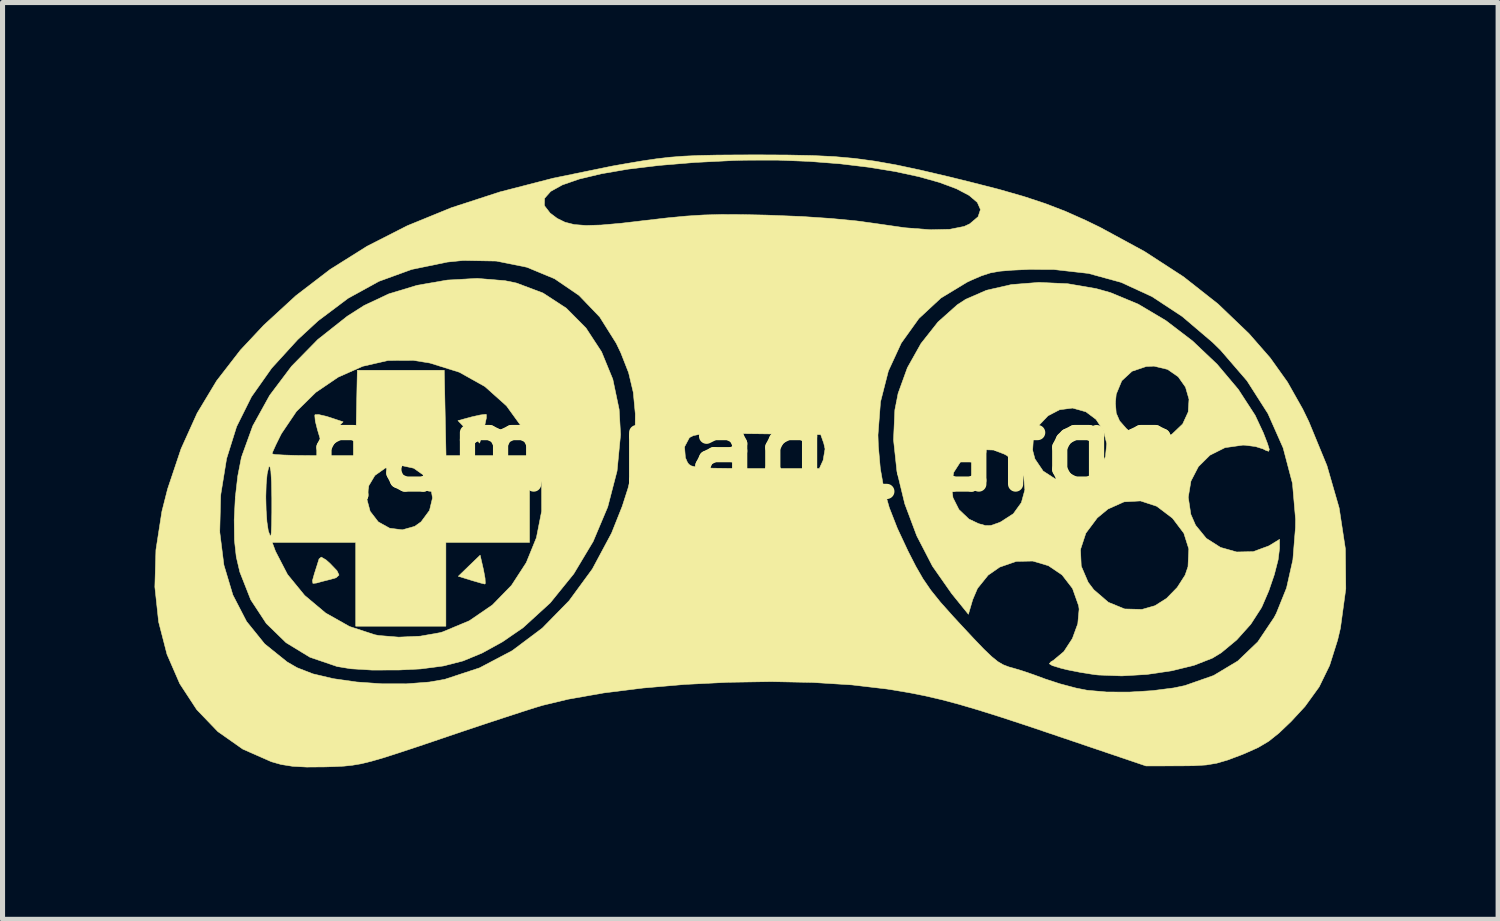
<source format=kicad_pcb>
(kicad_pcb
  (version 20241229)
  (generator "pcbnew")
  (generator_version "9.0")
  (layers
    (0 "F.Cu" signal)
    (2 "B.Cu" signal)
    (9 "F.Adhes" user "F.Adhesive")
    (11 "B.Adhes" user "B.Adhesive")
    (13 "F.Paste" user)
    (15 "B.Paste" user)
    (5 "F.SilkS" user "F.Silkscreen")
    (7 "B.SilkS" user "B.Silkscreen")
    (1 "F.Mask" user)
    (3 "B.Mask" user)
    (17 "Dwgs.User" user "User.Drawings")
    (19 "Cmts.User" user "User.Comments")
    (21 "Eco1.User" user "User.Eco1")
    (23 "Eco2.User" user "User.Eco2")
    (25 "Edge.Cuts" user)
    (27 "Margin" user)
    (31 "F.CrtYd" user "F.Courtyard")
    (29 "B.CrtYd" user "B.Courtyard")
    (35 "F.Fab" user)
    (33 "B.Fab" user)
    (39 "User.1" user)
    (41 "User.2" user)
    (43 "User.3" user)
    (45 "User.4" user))
  (footprint "gamepad_large"
    (layer "F.Cu")
    (at 11.651 5.81)
    (property "Reference" "gamepad_large" (at 0 0 0) (layer "F.SilkS") (effects (font (size 1.524 1.524) (thickness 0.3))))
    (attr through_hole)
    (fp_poly (pts (xy -8.263 -0.647) (xy -8.193 -0.625) (xy -7.932 -0.538) (xy -8.146 -0.33) (xy -8.361 -0.123) (xy -8.439 -0.385) (xy -8.481 -0.552) (xy -8.491 -0.662) (xy -8.486 -0.68) (xy -8.411 -0.681) (xy -8.263 -0.647)) (stroke (width 0.01) (type solid)) (fill yes) (layer "F.SilkS"))
    (fp_poly (pts (xy -5.163 2.38) (xy -5.132 2.547) (xy -5.127 2.648) (xy -5.136 2.662) (xy -5.217 2.642) (xy -5.369 2.598) (xy -5.418 2.583) (xy -5.66 2.508) (xy -5.445 2.3) (xy -5.229 2.092) (xy -5.163 2.38)) (stroke (width 0.01) (type solid)) (fill yes) (layer "F.SilkS"))
    (fp_poly (pts (xy -5.106 -0.682) (xy -5.107 -0.612) (xy -5.139 -0.464) (xy -5.16 -0.388) (xy -5.239 -0.119) (xy -5.453 -0.341) (xy -5.667 -0.562) (xy -5.399 -0.635) (xy -5.231 -0.673) (xy -5.123 -0.686) (xy -5.106 -0.682)) (stroke (width 0.01) (type solid)) (fill yes) (layer "F.SilkS"))
    (fp_poly (pts (xy -8.269 2.185) (xy -8.19 2.256) (xy -8.053 2.399) (xy -8.013 2.484) (xy -8.071 2.537) (xy -8.176 2.568) (xy -8.347 2.611) (xy -8.459 2.642) (xy -8.528 2.649) (xy -8.537 2.593) (xy -8.501 2.464) (xy -8.447 2.294) (xy -8.408 2.169) (xy -8.406 2.165) (xy -8.363 2.13) (xy -8.269 2.185)) (stroke (width 0.01) (type solid)) (fill yes) (layer "F.SilkS"))
    (fp_poly (pts (xy -4.739 -3.323) (xy -4.511 -3.276) (xy -3.988 -3.079) (xy -3.529 -2.78) (xy -3.141 -2.389) (xy -2.833 -1.918) (xy -2.612 -1.379) (xy -2.487 -0.783) (xy -2.459 -0.286) (xy -2.528 0.431) (xy -2.712 1.14) (xy -3 1.823) (xy -3.382 2.46) (xy -3.846 3.033) (xy -4.383 3.523) (xy -4.789 3.802) (xy -5.189 4.022) (xy -5.565 4.178) (xy -5.956 4.278) (xy -6.401 4.336) (xy -6.826 4.357) (xy -7.359 4.359) (xy -7.779 4.333) (xy -8.049 4.289) (xy -8.588 4.105) (xy -9.057 3.819) (xy -9.448 3.439) (xy -9.755 2.971) (xy -9.97 2.424) (xy -10.04 2.125) (xy -10.076 1.797) (xy -10.081 1.392) (xy -10.059 0.955) (xy -10.058 0.945) (xy -9.457 0.945) (xy -9.451 1.201) (xy -9.435 1.434) (xy -9.408 1.614) (xy -9.373 1.707) (xy -9.359 1.714) (xy -9.35 1.655) (xy -9.343 1.494) (xy -9.339 1.255) (xy -9.339 0.986) (xy -7.464 0.986) (xy -7.399 1.227) (xy -7.238 1.436) (xy -7.014 1.56) (xy -6.763 1.592) (xy -6.519 1.523) (xy -6.394 1.434) (xy -6.228 1.209) (xy -6.169 0.964) (xy -6.208 0.726) (xy -6.335 0.521) (xy -6.538 0.377) (xy -6.808 0.318) (xy -6.827 0.318) (xy -7.097 0.372) (xy -7.305 0.519) (xy -7.432 0.732) (xy -7.464 0.986) (xy -9.339 0.986) (xy -9.339 0.968) (xy -9.345 0.646) (xy -9.358 0.434) (xy -9.378 0.338) (xy -9.398 0.349) (xy -9.431 0.488) (xy -9.45 0.697) (xy -9.457 0.945) (xy -10.058 0.945) (xy -10.011 0.533) (xy -9.94 0.17) (xy -9.937 0.159) (xy -9.914 0.093) (xy -9.335 0.093) (xy -9.275 0.106) (xy -9.112 0.116) (xy -8.869 0.124) (xy -8.57 0.127) (xy -8.511 0.127) (xy -7.687 0.127) (xy -7.669 -0.714) (xy -7.652 -1.556) (xy -5.937 -1.556) (xy -5.902 0.127) (xy -4.255 0.127) (xy -4.255 1.841) (xy -5.905 1.841) (xy -5.905 3.493) (xy -7.684 3.493) (xy -7.684 1.841) (xy -9.331 1.841) (xy -9.266 2.016) (xy -9.029 2.473) (xy -8.691 2.886) (xy -8.276 3.234) (xy -7.806 3.499) (xy -7.306 3.662) (xy -7.227 3.677) (xy -6.836 3.709) (xy -6.412 3.69) (xy -6.026 3.622) (xy -5.969 3.606) (xy -5.442 3.386) (xy -4.987 3.074) (xy -4.61 2.687) (xy -4.319 2.239) (xy -4.119 1.747) (xy -4.016 1.225) (xy -4.017 0.689) (xy -4.128 0.156) (xy -4.356 -0.361) (xy -4.362 -0.373) (xy -4.709 -0.853) (xy -5.136 -1.235) (xy -5.64 -1.517) (xy -6.219 -1.698) (xy -6.546 -1.751) (xy -7.044 -1.749) (xy -7.546 -1.634) (xy -8.029 -1.42) (xy -8.472 -1.119) (xy -8.853 -0.744) (xy -9.149 -0.306) (xy -9.169 -0.267) (xy -9.259 -0.085) (xy -9.319 0.048) (xy -9.335 0.093) (xy -9.914 0.093) (xy -9.715 -0.457) (xy -9.381 -1.061) (xy -8.949 -1.635) (xy -8.433 -2.161) (xy -7.85 -2.622) (xy -7.517 -2.834) (xy -7.03 -3.063) (xy -6.471 -3.232) (xy -5.878 -3.335) (xy -5.288 -3.368) (xy -4.739 -3.323)) (stroke (width 0.01) (type solid)) (fill yes) (layer "F.SilkS"))
    (fp_poly (pts (xy 6.362 -3.263) (xy 6.926 -3.166) (xy 7.207 -3.087) (xy 7.753 -2.86) (xy 8.3 -2.535) (xy 8.826 -2.133) (xy 9.31 -1.674) (xy 9.728 -1.178) (xy 10.059 -0.668) (xy 10.222 -0.32) (xy 10.304 -0.108) (xy 10.339 0.006) (xy 10.326 0.043) (xy 10.265 0.022) (xy 10.217 -0.004) (xy 10.067 -0.051) (xy 9.865 -0.077) (xy 9.818 -0.079) (xy 9.465 -0.029) (xy 9.168 0.12) (xy 8.94 0.346) (xy 8.793 0.63) (xy 8.74 0.95) (xy 8.791 1.287) (xy 8.885 1.502) (xy 9.096 1.76) (xy 9.377 1.939) (xy 9.696 2.029) (xy 10.023 2.022) (xy 10.327 1.91) (xy 10.335 1.906) (xy 10.541 1.78) (xy 10.541 1.958) (xy 10.513 2.183) (xy 10.438 2.476) (xy 10.329 2.795) (xy 10.199 3.097) (xy 10.181 3.133) (xy 9.974 3.454) (xy 9.697 3.763) (xy 9.391 4.017) (xy 9.215 4.124) (xy 8.857 4.264) (xy 8.414 4.373) (xy 7.924 4.445) (xy 7.428 4.474) (xy 6.964 4.456) (xy 6.89 4.448) (xy 6.622 4.406) (xy 6.354 4.353) (xy 6.225 4.321) (xy 6.059 4.271) (xy 5.999 4.234) (xy 6.031 4.195) (xy 6.077 4.169) (xy 6.286 3.994) (xy 6.454 3.737) (xy 6.561 3.444) (xy 6.587 3.157) (xy 6.578 3.091) (xy 6.457 2.749) (xy 6.251 2.482) (xy 5.982 2.3) (xy 5.673 2.208) (xy 5.345 2.215) (xy 5.02 2.328) (xy 4.793 2.486) (xy 4.582 2.748) (xy 4.488 2.969) (xy 4.403 3.258) (xy 4.074 2.852) (xy 3.694 2.309) (xy 3.524 1.98) (xy 6.614 1.98) (xy 6.629 2.308) (xy 6.765 2.626) (xy 6.876 2.773) (xy 7.165 3.022) (xy 7.486 3.153) (xy 7.827 3.162) (xy 8.083 3.089) (xy 8.311 2.945) (xy 8.522 2.729) (xy 8.678 2.486) (xy 8.735 2.319) (xy 8.751 1.969) (xy 8.653 1.659) (xy 8.435 1.37) (xy 8.422 1.357) (xy 8.118 1.127) (xy 7.799 1.022) (xy 7.474 1.04) (xy 7.158 1.181) (xy 6.945 1.357) (xy 6.72 1.658) (xy 6.614 1.98) (xy 3.524 1.98) (xy 3.384 1.71) (xy 3.148 1.08) (xy 3.057 0.704) (xy 4.064 0.704) (xy 4.099 0.959) (xy 4.217 1.193) (xy 4.414 1.38) (xy 4.604 1.47) (xy 4.741 1.508) (xy 4.847 1.506) (xy 4.986 1.458) (xy 5.04 1.436) (xy 5.289 1.275) (xy 5.448 1.055) (xy 5.517 0.803) (xy 5.494 0.547) (xy 5.377 0.312) (xy 5.165 0.128) (xy 5.105 0.096) (xy 4.914 0.023) (xy 5.67 0.023) (xy 5.716 0.194) (xy 5.877 0.432) (xy 6.111 0.584) (xy 6.388 0.64) (xy 6.681 0.59) (xy 6.784 0.545) (xy 6.99 0.376) (xy 7.106 0.149) (xy 7.132 -0.107) (xy 7.069 -0.361) (xy 6.921 -0.586) (xy 6.721 -0.736) (xy 6.458 -0.81) (xy 6.202 -0.777) (xy 5.974 -0.658) (xy 5.796 -0.471) (xy 5.687 -0.238) (xy 5.67 0.023) (xy 4.914 0.023) (xy 4.9 0.018) (xy 4.723 0.012) (xy 4.512 0.076) (xy 4.479 0.09) (xy 4.252 0.243) (xy 4.114 0.457) (xy 4.064 0.704) (xy 3.057 0.704) (xy 2.993 0.441) (xy 2.926 -0.185) (xy 2.952 -0.773) (xy 2.98 -0.913) (xy 7.303 -0.913) (xy 7.319 -0.71) (xy 7.385 -0.558) (xy 7.518 -0.406) (xy 7.685 -0.264) (xy 7.844 -0.202) (xy 7.997 -0.191) (xy 8.208 -0.216) (xy 8.392 -0.28) (xy 8.419 -0.295) (xy 8.63 -0.496) (xy 8.739 -0.733) (xy 8.755 -0.983) (xy 8.686 -1.223) (xy 8.542 -1.427) (xy 8.332 -1.573) (xy 8.065 -1.637) (xy 7.911 -1.63) (xy 7.631 -1.536) (xy 7.429 -1.349) (xy 7.319 -1.084) (xy 7.303 -0.913) (xy 2.98 -0.913) (xy 3.016 -1.099) (xy 3.199 -1.605) (xy 3.468 -2.084) (xy 3.803 -2.508) (xy 4.183 -2.847) (xy 4.35 -2.956) (xy 4.76 -3.134) (xy 5.251 -3.246) (xy 5.794 -3.289) (xy 6.362 -3.263)) (stroke (width 0.01) (type solid)) (fill yes) (layer "F.SilkS"))
    (fp_poly (pts (xy 0.831 -5.802) (xy 1.323 -5.792) (xy 1.757 -5.771) (xy 2.16 -5.735) (xy 2.559 -5.681) (xy 2.982 -5.606) (xy 3.455 -5.505) (xy 4.006 -5.376) (xy 4.413 -5.276) (xy 5.001 -5.126) (xy 5.493 -4.985) (xy 5.923 -4.843) (xy 6.32 -4.69) (xy 6.715 -4.514) (xy 7.001 -4.375) (xy 7.876 -3.9) (xy 8.645 -3.401) (xy 9.326 -2.865) (xy 9.938 -2.279) (xy 10.356 -1.801) (xy 10.698 -1.322) (xy 10.999 -0.789) (xy 11.118 -0.544) (xy 11.476 0.326) (xy 11.717 1.161) (xy 11.84 1.968) (xy 11.848 2.755) (xy 11.742 3.532) (xy 11.687 3.765) (xy 11.529 4.267) (xy 11.323 4.69) (xy 11.042 5.078) (xy 10.77 5.372) (xy 10.53 5.601) (xy 10.327 5.763) (xy 10.118 5.887) (xy 9.856 6.004) (xy 9.779 6.035) (xy 9.515 6.134) (xy 9.302 6.196) (xy 9.093 6.231) (xy 8.842 6.246) (xy 8.572 6.249) (xy 7.906 6.25) (xy 6.191 5.669) (xy 5.564 5.457) (xy 5.037 5.284) (xy 4.591 5.144) (xy 4.207 5.031) (xy 3.866 4.941) (xy 3.549 4.867) (xy 3.236 4.805) (xy 2.909 4.75) (xy 2.794 4.732) (xy 2.103 4.651) (xy 1.334 4.603) (xy 0.51 4.586) (xy -0.34 4.6) (xy -1.191 4.642) (xy -2.017 4.713) (xy -2.792 4.81) (xy -3.49 4.933) (xy -3.99 5.053) (xy -4.148 5.1) (xy -4.405 5.182) (xy -4.742 5.292) (xy -5.137 5.422) (xy -5.571 5.567) (xy -5.969 5.702) (xy -6.454 5.866) (xy -6.838 5.993) (xy -7.14 6.09) (xy -7.38 6.159) (xy -7.576 6.207) (xy -7.749 6.236) (xy -7.917 6.254) (xy -8.1 6.263) (xy -8.287 6.269) (xy -8.652 6.272) (xy -8.929 6.257) (xy -9.156 6.221) (xy -9.347 6.167) (xy -9.912 5.918) (xy -10.404 5.572) (xy -10.82 5.139) (xy -11.155 4.627) (xy -11.407 4.047) (xy -11.572 3.407) (xy -11.646 2.718) (xy -11.625 1.989) (xy -11.57 1.633) (xy -10.366 1.633) (xy -10.284 2.287) (xy -10.107 2.878) (xy -9.837 3.4) (xy -9.479 3.843) (xy -9.037 4.198) (xy -8.84 4.312) (xy -8.529 4.433) (xy -8.126 4.528) (xy -7.663 4.594) (xy -7.171 4.629) (xy -6.684 4.63) (xy -6.233 4.595) (xy -5.929 4.542) (xy -5.24 4.315) (xy -4.595 3.975) (xy -4.003 3.531) (xy -3.474 2.991) (xy -3.015 2.364) (xy -2.637 1.658) (xy -2.426 1.128) (xy -2.312 0.773) (xy -2.239 0.474) (xy -2.196 0.172) (xy -2.182 -0.045) (xy -1.197 -0.045) (xy -1.18 0.168) (xy -1.141 0.258) (xy -1.111 0.3) (xy -1.062 0.331) (xy -0.975 0.353) (xy -0.835 0.368) (xy -0.623 0.376) (xy -0.322 0.38) (xy 0.084 0.381) (xy 0.194 0.381) (xy 1.463 0.381) (xy 1.537 0.22) (xy 1.575 -0.003) (xy 1.55 -0.114) (xy 1.492 -0.279) (xy 2.619 -0.279) (xy 2.626 -0.064) (xy 2.665 0.381) (xy 2.734 0.774) (xy 2.842 1.154) (xy 3.001 1.561) (xy 3.211 2.01) (xy 3.365 2.311) (xy 3.507 2.558) (xy 3.661 2.783) (xy 3.85 3.018) (xy 4.097 3.295) (xy 4.229 3.438) (xy 4.502 3.731) (xy 4.707 3.945) (xy 4.862 4.093) (xy 4.984 4.192) (xy 5.09 4.254) (xy 5.199 4.296) (xy 5.297 4.323) (xy 5.457 4.371) (xy 5.684 4.448) (xy 5.92 4.535) (xy 6.211 4.63) (xy 6.527 4.714) (xy 6.746 4.757) (xy 7.125 4.791) (xy 7.571 4.793) (xy 8.031 4.765) (xy 8.453 4.711) (xy 8.672 4.665) (xy 9.24 4.466) (xy 9.717 4.18) (xy 10.112 3.802) (xy 10.432 3.325) (xy 10.478 3.238) (xy 10.679 2.739) (xy 10.804 2.183) (xy 10.855 1.547) (xy 10.857 1.384) (xy 10.796 0.675) (xy 10.612 -0.024) (xy 10.312 -0.701) (xy 9.899 -1.348) (xy 9.378 -1.952) (xy 9.222 -2.105) (xy 8.622 -2.616) (xy 8.025 -3.009) (xy 7.414 -3.29) (xy 6.772 -3.466) (xy 6.081 -3.544) (xy 5.595 -3.545) (xy 5.265 -3.53) (xy 5.024 -3.51) (xy 4.835 -3.476) (xy 4.661 -3.419) (xy 4.463 -3.334) (xy 4.374 -3.292) (xy 3.86 -2.98) (xy 3.426 -2.577) (xy 3.079 -2.093) (xy 2.824 -1.541) (xy 2.669 -0.933) (xy 2.619 -0.279) (xy 1.492 -0.279) (xy 1.489 -0.286) (xy 0.243 -0.303) (xy -0.195 -0.308) (xy -0.523 -0.308) (xy -0.758 -0.301) (xy -0.919 -0.288) (xy -1.022 -0.267) (xy -1.085 -0.236) (xy -1.105 -0.219) (xy -1.197 -0.045) (xy -2.182 -0.045) (xy -2.173 -0.19) (xy -2.173 -0.192) (xy -2.168 -0.695) (xy -2.208 -1.119) (xy -2.3 -1.507) (xy -2.454 -1.9) (xy -2.544 -2.088) (xy -2.87 -2.607) (xy -3.278 -3.032) (xy -3.76 -3.361) (xy -4.307 -3.588) (xy -4.91 -3.71) (xy -5.562 -3.722) (xy -5.877 -3.69) (xy -6.579 -3.545) (xy -7.226 -3.31) (xy -7.835 -2.975) (xy -8.427 -2.53) (xy -8.829 -2.159) (xy -9.342 -1.597) (xy -9.74 -1.033) (xy -10.033 -0.445) (xy -10.231 0.187) (xy -10.344 0.885) (xy -10.348 0.926) (xy -10.366 1.633) (xy -11.57 1.633) (xy -11.507 1.228) (xy -11.395 0.787) (xy -11.129 -0.007) (xy -10.812 -0.709) (xy -10.428 -1.347) (xy -9.959 -1.953) (xy -9.497 -2.446) (xy -8.863 -3.028) (xy -8.188 -3.545) (xy -7.459 -4.003) (xy -6.666 -4.407) (xy -5.797 -4.762) (xy -5.667 -4.804) (xy -3.962 -4.804) (xy -3.849 -4.657) (xy -3.708 -4.551) (xy -3.555 -4.476) (xy -3.373 -4.43) (xy -3.141 -4.412) (xy -2.841 -4.421) (xy -2.453 -4.455) (xy -1.984 -4.51) (xy -1.542 -4.561) (xy -1.168 -4.597) (xy -0.823 -4.619) (xy -0.471 -4.629) (xy -0.073 -4.627) (xy 0.408 -4.617) (xy 0.492 -4.614) (xy 1.119 -4.589) (xy 1.696 -4.55) (xy 2.196 -4.502) (xy 2.54 -4.455) (xy 3.152 -4.367) (xy 3.649 -4.328) (xy 4.037 -4.337) (xy 4.319 -4.393) (xy 4.429 -4.444) (xy 4.594 -4.584) (xy 4.641 -4.726) (xy 4.579 -4.867) (xy 4.417 -5.005) (xy 4.166 -5.137) (xy 3.833 -5.261) (xy 3.427 -5.375) (xy 2.959 -5.476) (xy 2.437 -5.561) (xy 1.87 -5.629) (xy 1.268 -5.676) (xy 0.639 -5.701) (xy -0.007 -5.7) (xy -0.222 -5.694) (xy -0.997 -5.655) (xy -1.695 -5.597) (xy -2.311 -5.523) (xy -2.839 -5.432) (xy -3.273 -5.328) (xy -3.608 -5.212) (xy -3.838 -5.084) (xy -3.958 -4.948) (xy -3.962 -4.804) (xy -5.667 -4.804) (xy -4.842 -5.073) (xy -3.787 -5.345) (xy -2.622 -5.584) (xy -2.361 -5.63) (xy -2.036 -5.685) (xy -1.754 -5.727) (xy -1.49 -5.758) (xy -1.219 -5.779) (xy -0.914 -5.793) (xy -0.55 -5.801) (xy -0.102 -5.804) (xy 0.254 -5.805) (xy 0.831 -5.802)) (stroke (width 0.01) (type solid)) (fill yes) (layer "F.SilkS")))
  (gr_rect
    (start -3 -3)
    (end 26.504 15.086)
    (stroke (width 0.1) (type default))
    (fill no)
    (layer "Edge.Cuts")))
</source>
